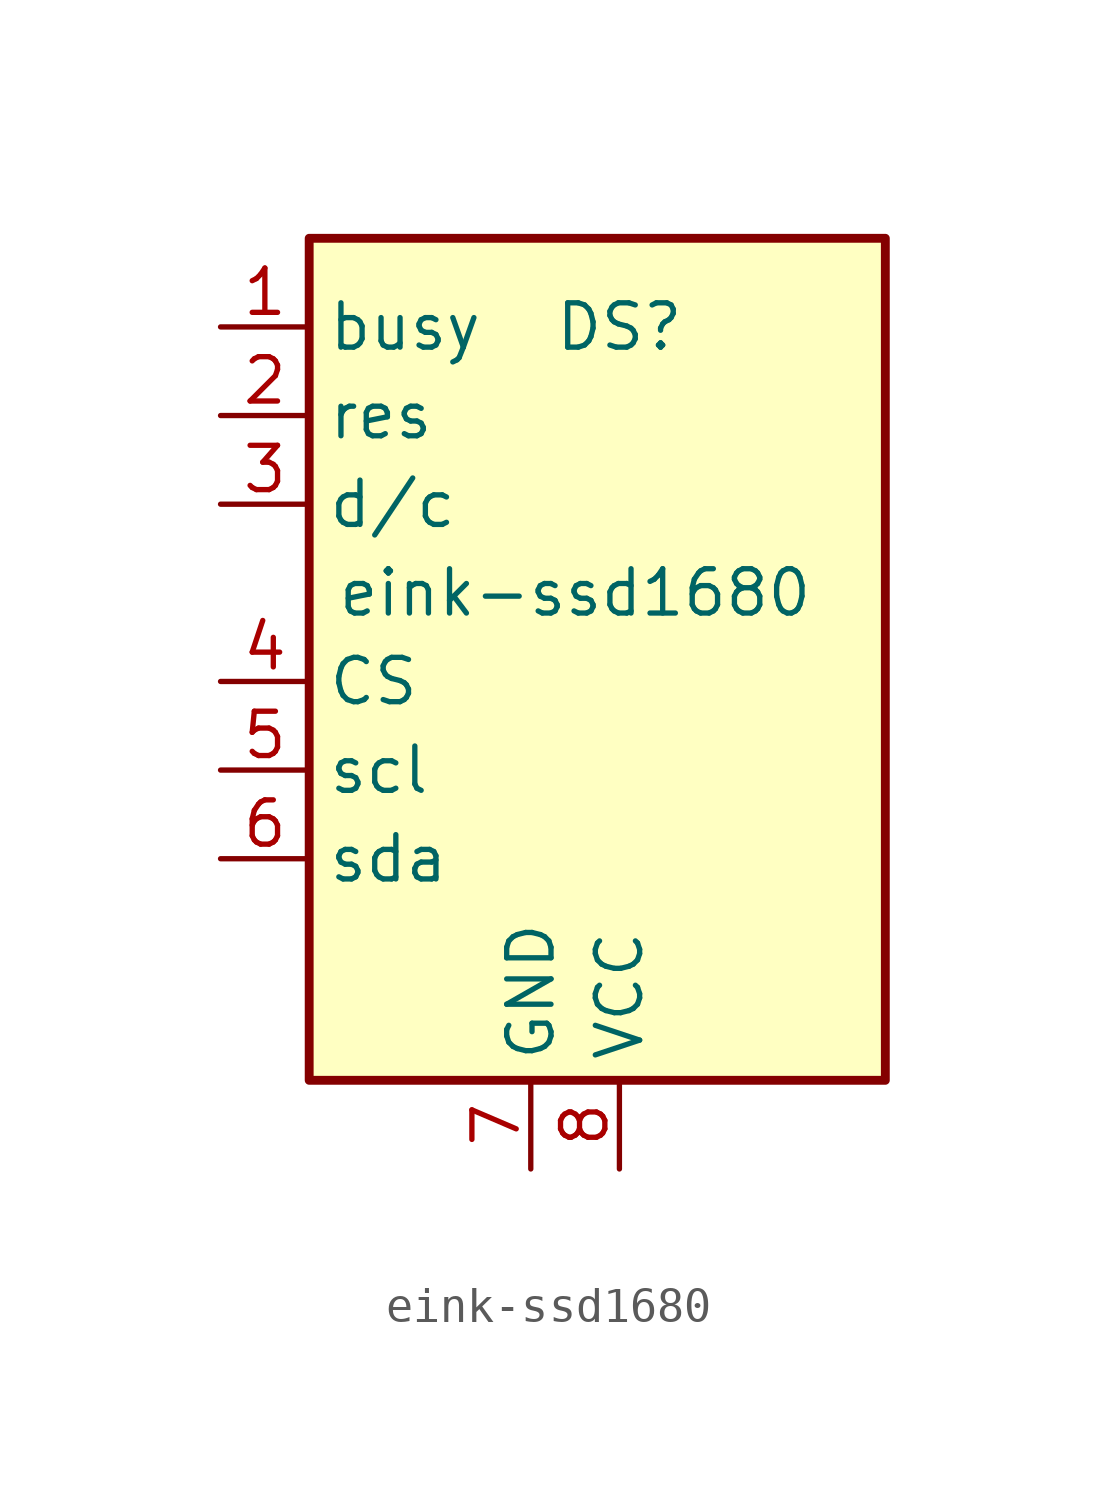
<source format=kicad_sym>
(kicad_symbol_lib
  (version 20211014)
  (generator kicad_symbol_editor)
  (symbol "eink-ssd1680"
    (property "Reference" "DS"
      (at -1.27 20.32 0)
      (effects (font (size 1.27 1.27))))
    (property "Value" "eink-ssd1680"
      (at -2.54 12.7 0)
      (effects (font (size 1.27 1.27))))
    (symbol "eink-ssd1680_0_1"
      (rectangle (start -10.16 22.86) (end 6.35 -1.27) (stroke (width 0.254) (type default) (color 0 0 0 0)) (fill (type background))))
    (symbol "eink-ssd1680_1_1"
      (pin input line (at -12.7 20.32 0) (length 2.54) (name "busy" (effects (font (size 1.27 1.27)))) (number "1" (effects (font (size 1.27 1.27)))))
      (pin input line (at -12.7 17.78 0) (length 2.54) (name "res" (effects (font (size 1.27 1.27)))) (number "2" (effects (font (size 1.27 1.27)))))
      (pin input line (at -12.7 15.24 0) (length 2.54) (name "d/c" (effects (font (size 1.27 1.27)))) (number "3" (effects (font (size 1.27 1.27)))))
      (pin input line (at -12.7 10.16 0) (length 2.54) (name "CS" (effects (font (size 1.27 1.27)))) (number "4" (effects (font (size 1.27 1.27)))))
      (pin input line (at -12.7 7.62 0) (length 2.54) (name "scl" (effects (font (size 1.27 1.27)))) (number "5" (effects (font (size 1.27 1.27)))))
      (pin input line (at -12.7 5.08 0) (length 2.54) (name "sda" (effects (font (size 1.27 1.27)))) (number "6" (effects (font (size 1.27 1.27)))))
      (pin power_in line (at -3.81 -3.81 90) (length 2.54) (name "GND" (effects (font (size 1.27 1.27)))) (number "7" (effects (font (size 1.27 1.27)))))
      (pin power_in line (at -1.27 -3.81 90) (length 2.54) (name "VCC" (effects (font (size 1.27 1.27)))) (number "8" (effects (font (size 1.27 1.27))))))))
</source>
